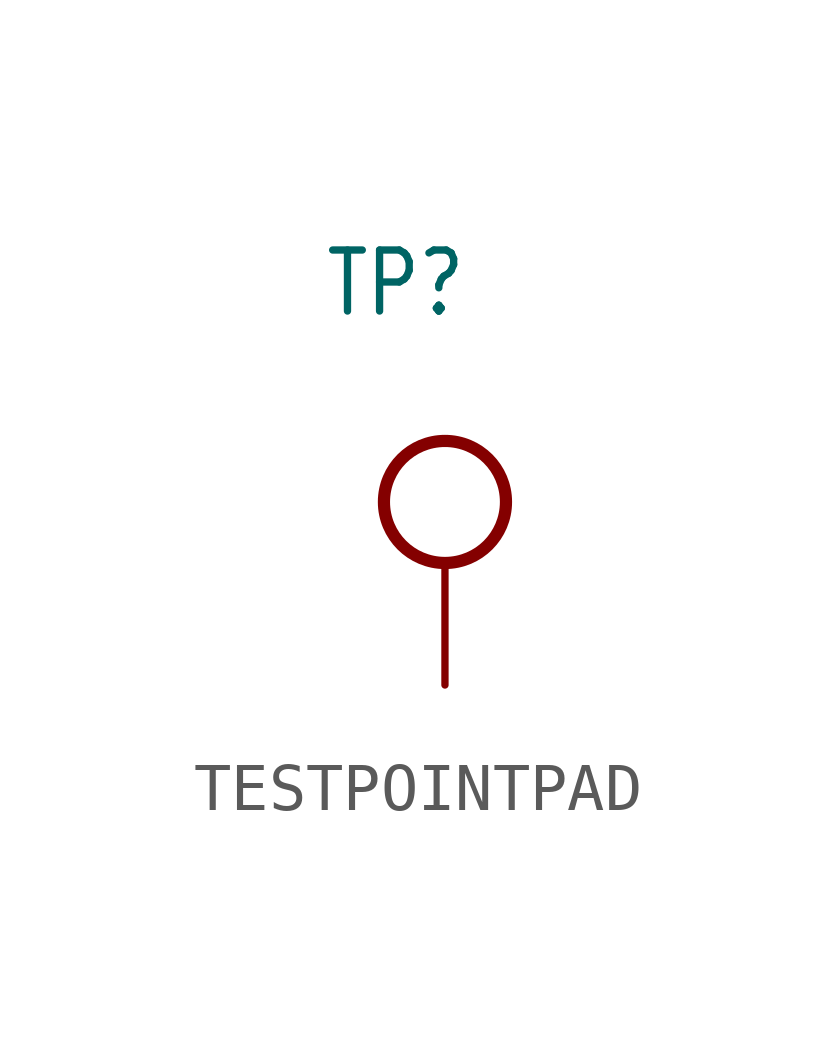
<source format=kicad_sym>
(kicad_symbol_lib
  (version 20231120)
  (generator "kicad_symbol_editor")
  (generator_version "8.0")
  (symbol "TESTPOINTPAD"
    (property "Reference" "TP"
      (at -2.54 7.62 0)
      (effects (font (size 1.27 1.079)) (justify left bottom)))
    (property "Value" ""
      (at -2.54 5.715 0)
      (effects (font (size 1.27 1.079)) (justify left bottom)))
    (property "ki_locked" ""
      (at 0 0 0)
      (effects (font (size 1.27 1.27))))
    (symbol "TESTPOINTPAD_1_0"
      (circle (center 0 3.81) (radius 1.27) (stroke (width 0.254) (type solid)) (fill (type none)))
      (pin bidirectional line (at 0 0 90) (length 2.54) (name "P$1" (effects (font (size 0 0)))) (number "P$1" (effects (font (size 0 0))))))))
</source>
